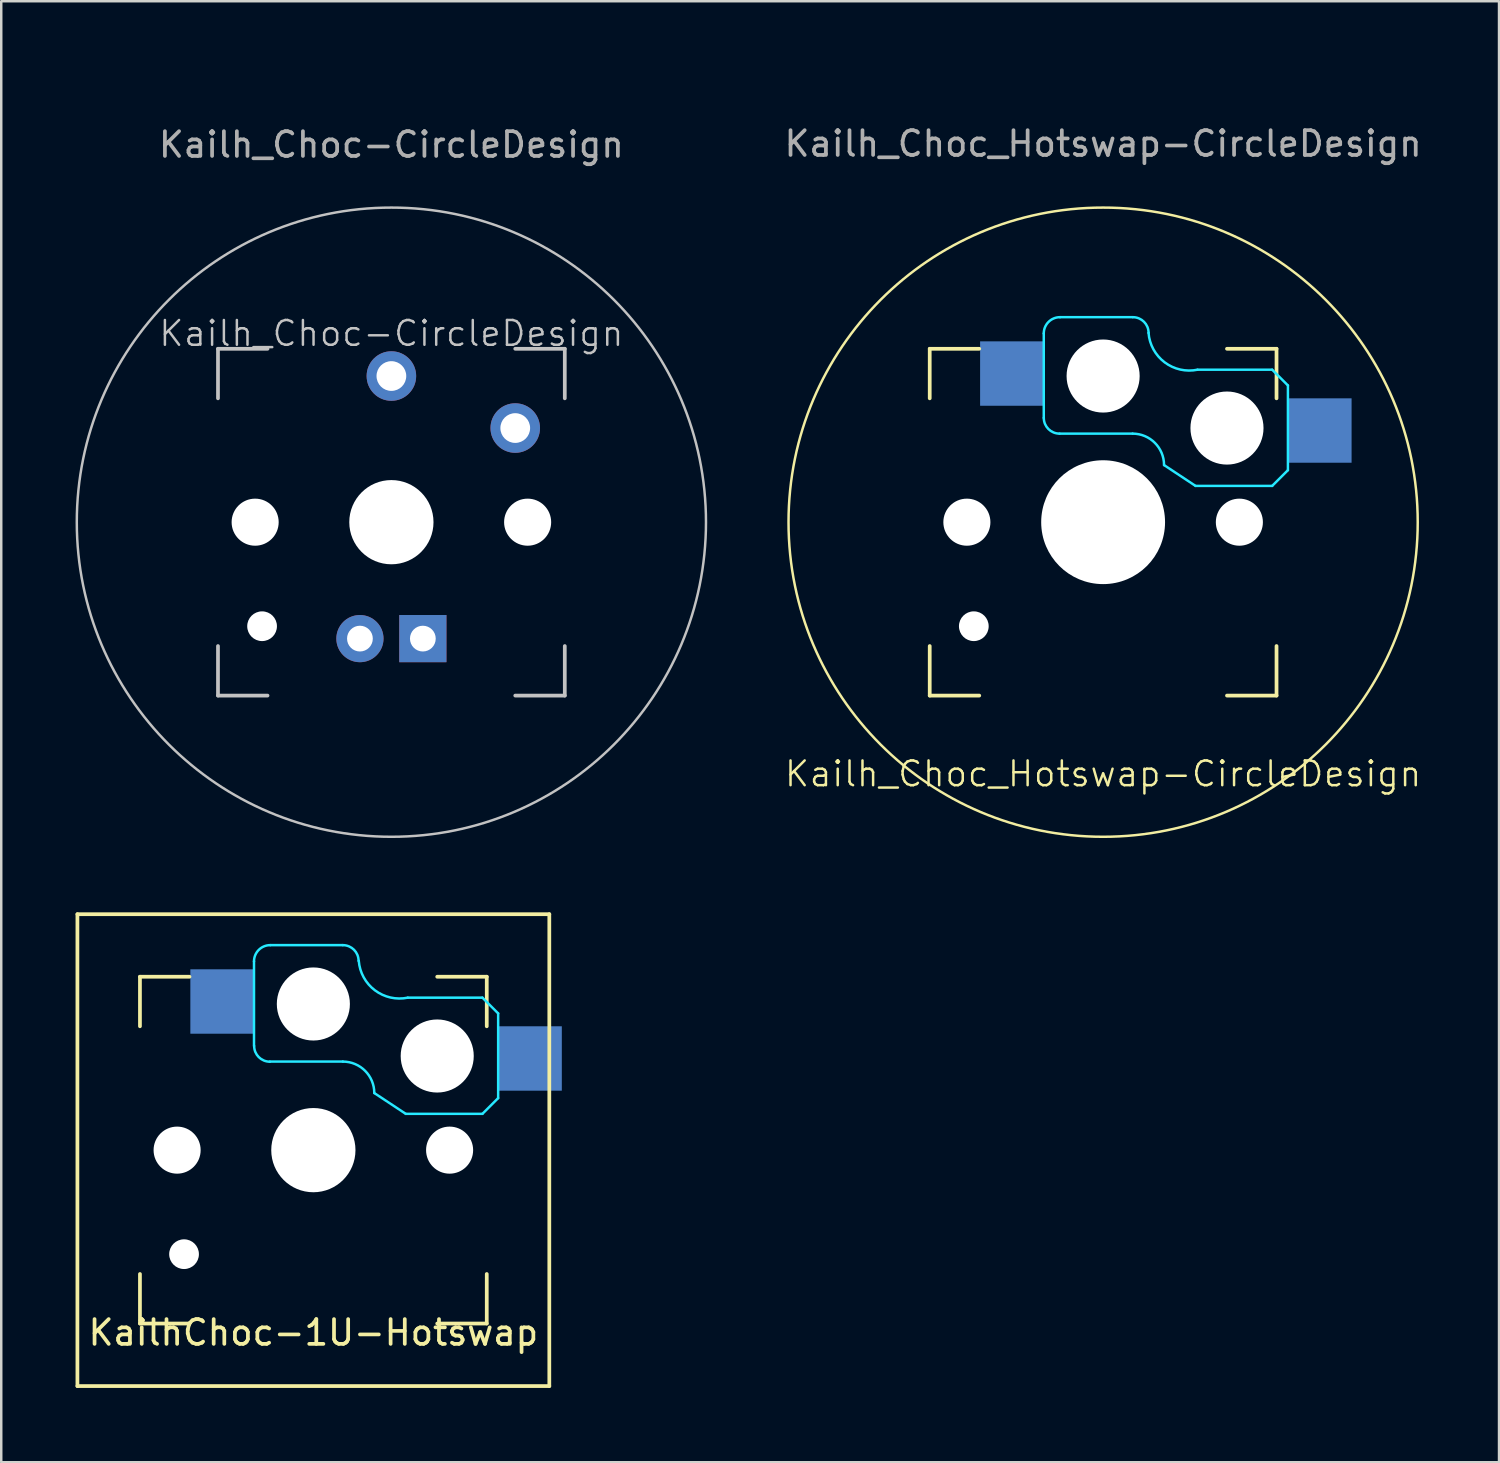
<source format=kicad_pcb>
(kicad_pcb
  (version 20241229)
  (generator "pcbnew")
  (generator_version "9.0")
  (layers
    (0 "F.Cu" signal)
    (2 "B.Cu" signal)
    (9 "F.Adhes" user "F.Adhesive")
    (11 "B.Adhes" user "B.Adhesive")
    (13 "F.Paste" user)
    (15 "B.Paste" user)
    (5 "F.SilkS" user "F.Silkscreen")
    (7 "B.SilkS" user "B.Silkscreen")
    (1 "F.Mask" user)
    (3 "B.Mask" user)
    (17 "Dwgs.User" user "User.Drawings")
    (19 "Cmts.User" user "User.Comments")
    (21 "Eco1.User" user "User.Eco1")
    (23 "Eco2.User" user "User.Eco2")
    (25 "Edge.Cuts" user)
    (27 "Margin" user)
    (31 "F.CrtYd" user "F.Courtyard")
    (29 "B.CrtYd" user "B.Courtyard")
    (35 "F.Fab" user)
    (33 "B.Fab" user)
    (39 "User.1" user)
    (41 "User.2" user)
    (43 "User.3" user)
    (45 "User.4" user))
  (footprint "Kailh_Choc_Hotswap-CircleDesign"
    (layer "F.Cu")
    (at 41.482 0.25)
    (property "Reference" "Kailh_Choc_Hotswap-CircleDesign" (at 0 27.94 0) (unlocked yes) (layer "F.SilkS") (effects (font (size 1 1) (thickness 0.1))))
    (attr smd)
    (fp_line (start -7 10.78) (end -7 12.78) (stroke (width 0.15) (type solid)) (layer "F.SilkS"))
    (fp_line (start -7 22.78) (end -7 24.78) (stroke (width 0.15) (type solid)) (layer "F.SilkS"))
    (fp_line (start -7 24.78) (end -5 24.78) (stroke (width 0.15) (type solid)) (layer "F.SilkS"))
    (fp_line (start -5 10.78) (end -7 10.78) (stroke (width 0.15) (type solid)) (layer "F.SilkS"))
    (fp_line (start 5 10.78) (end 7 10.78) (stroke (width 0.15) (type solid)) (layer "F.SilkS"))
    (fp_line (start 5 24.78) (end 7 24.78) (stroke (width 0.15) (type solid)) (layer "F.SilkS"))
    (fp_line (start 7 10.78) (end 7 12.78) (stroke (width 0.15) (type solid)) (layer "F.SilkS"))
    (fp_line (start 7 24.78) (end 7 22.78) (stroke (width 0.15) (type solid)) (layer "F.SilkS"))
    (fp_circle (center 0 17.78) (end 12.7 17.78) (stroke (width 0.1) (type default)) (fill no) (layer "F.SilkS"))
    (fp_line (start -2.396 10.16) (end -2.396 13.57) (stroke (width 0.1) (type default)) (layer "B.CrtYd"))
    (fp_line (start -1.76 14.205) (end 1.19 14.205) (stroke (width 0.1) (type default)) (layer "B.CrtYd"))
    (fp_line (start 1.19 9.504) (end -1.74 9.504) (stroke (width 0.1) (type default)) (layer "B.CrtYd"))
    (fp_line (start 2.46 15.475) (end 3.73 16.315) (stroke (width 0.1) (type default)) (layer "B.CrtYd"))
    (fp_line (start 3.81 11.625) (end 6.825 11.625) (stroke (width 0.1) (type default)) (layer "B.CrtYd"))
    (fp_line (start 6.825 11.625) (end 7.46 12.26) (stroke (width 0.1) (type default)) (layer "B.CrtYd"))
    (fp_line (start 6.825 16.315) (end 3.73 16.315) (stroke (width 0.1) (type default)) (layer "B.CrtYd"))
    (fp_line (start 7.46 12.26) (end 7.46 15.68) (stroke (width 0.1) (type default)) (layer "B.CrtYd"))
    (fp_line (start 7.46 15.68) (end 6.825 16.315) (stroke (width 0.1) (type default)) (layer "B.CrtYd"))
    (fp_arc (start -2.396086 10.16) (mid -2.203922 9.696078) (end -1.74 9.503914) (stroke (width 0.1) (type default)) (layer "B.CrtYd"))
    (fp_arc (start -1.760003 14.205) (mid -2.209015 14.019012) (end -2.395003 13.57) (stroke (width 0.1) (type default)) (layer "B.CrtYd"))
    (fp_arc (start 1.19 14.205) (mid 2.088026 14.576974) (end 2.46 15.475) (stroke (width 0.1) (type default)) (layer "B.CrtYd"))
    (fp_arc (start 1.2 9.503914) (mid 1.649008 9.689902) (end 1.835 10.138914) (stroke (width 0.1) (type default)) (layer "B.CrtYd"))
    (fp_arc (start 3.81 11.624999) (mid 2.485744 11.328342) (end 1.833551 10.138256) (stroke (width 0.1) (type default)) (layer "B.CrtYd"))
    (fp_text user "${REFERENCE}" (at 0 2.5 0) (unlocked yes) (layer "F.Fab") (effects (font (size 1 1) (thickness 0.15))))
    (pad "" np_thru_hole circle (at -5.5 17.78 48.1) (size 1.9 1.9) (drill 1.9) (layers "*.Cu" "*.Mask"))
    (pad "" np_thru_hole circle (at -5.22 21.98) (size 1.2 1.2) (drill 1.2) (layers "*.Cu" "*.Mask"))
    (pad "" np_thru_hole circle (at 0 11.88) (size 2.95 2.95) (drill 2.95) (layers "*.Cu" "*.Mask"))
    (pad "" np_thru_hole circle (at 0 17.78) (size 5 5) (drill 5) (layers "*.Cu" "*.Mask"))
    (pad "" np_thru_hole circle (at 5 13.98 180) (size 2.95 2.95) (drill 2.95) (layers "*.Cu" "*.Mask"))
    (pad "" np_thru_hole circle (at 5.5 17.78 48.1) (size 1.9 1.9) (drill 1.9) (layers "*.Cu" "*.Mask"))
    (pad "1" smd rect (at -3.666 11.78 180) (size 2.6 2.6) (layers "B.Cu" "B.Mask" "B.Paste"))
    (pad "2" smd rect (at 8.73 14.08 180) (size 2.6 2.6) (layers "B.Cu" "B.Mask" "B.Paste")))
  (footprint "KailhChoc-1U-Hotswap"
    (layer "F.Cu")
    (at 9.6 43.38)
    (property "Reference" "KailhChoc-1U-Hotswap" (at 0 7.366 0) (unlocked yes) (layer "F.SilkS") (effects (font (size 1 1) (thickness 0.15))))
    (attr through_hole)
    (fp_line (start -9.525 -9.525) (end 9.525 -9.525) (stroke (width 0.15) (type solid)) (layer "F.SilkS"))
    (fp_line (start -9.525 9.525) (end -9.525 -9.525) (stroke (width 0.15) (type solid)) (layer "F.SilkS"))
    (fp_line (start -7 -7) (end -7 -5) (stroke (width 0.15) (type solid)) (layer "F.SilkS"))
    (fp_line (start -7 5) (end -7 7) (stroke (width 0.15) (type solid)) (layer "F.SilkS"))
    (fp_line (start -7 7) (end -5 7) (stroke (width 0.15) (type solid)) (layer "F.SilkS"))
    (fp_line (start -5 -7) (end -7 -7) (stroke (width 0.15) (type solid)) (layer "F.SilkS"))
    (fp_line (start 5 -7) (end 7 -7) (stroke (width 0.15) (type solid)) (layer "F.SilkS"))
    (fp_line (start 5 7) (end 7 7) (stroke (width 0.15) (type solid)) (layer "F.SilkS"))
    (fp_line (start 7 -7) (end 7 -5) (stroke (width 0.15) (type solid)) (layer "F.SilkS"))
    (fp_line (start 7 7) (end 7 5) (stroke (width 0.15) (type solid)) (layer "F.SilkS"))
    (fp_line (start 9.525 -9.525) (end 9.525 9.525) (stroke (width 0.15) (type solid)) (layer "F.SilkS"))
    (fp_line (start 9.525 9.525) (end -9.525 9.525) (stroke (width 0.15) (type solid)) (layer "F.SilkS"))
    (fp_line (start -2.396 -7.62) (end -2.396 -4.21) (stroke (width 0.1) (type default)) (layer "B.CrtYd"))
    (fp_line (start -1.76 -3.575) (end 1.19 -3.575) (stroke (width 0.1) (type default)) (layer "B.CrtYd"))
    (fp_line (start 1.19 -8.276) (end -1.74 -8.276) (stroke (width 0.1) (type default)) (layer "B.CrtYd"))
    (fp_line (start 2.46 -2.305) (end 3.73 -1.465) (stroke (width 0.1) (type default)) (layer "B.CrtYd"))
    (fp_line (start 3.81 -6.155) (end 6.825 -6.155) (stroke (width 0.1) (type default)) (layer "B.CrtYd"))
    (fp_line (start 6.825 -6.155) (end 7.46 -5.52) (stroke (width 0.1) (type default)) (layer "B.CrtYd"))
    (fp_line (start 6.825 -1.465) (end 3.73 -1.465) (stroke (width 0.1) (type default)) (layer "B.CrtYd"))
    (fp_line (start 7.46 -5.52) (end 7.46 -2.1) (stroke (width 0.1) (type default)) (layer "B.CrtYd"))
    (fp_line (start 7.46 -2.1) (end 6.825 -1.465) (stroke (width 0.1) (type default)) (layer "B.CrtYd"))
    (fp_arc (start -2.396086 -7.62) (mid -2.203923 -8.083922) (end -1.74 -8.276086) (stroke (width 0.1) (type default)) (layer "B.CrtYd"))
    (fp_arc (start -1.755878 -3.57) (mid -2.20427 -3.75573) (end -2.39 -4.204122) (stroke (width 0.1) (type default)) (layer "B.CrtYd"))
    (fp_arc (start 1.19 -8.276086) (mid 1.63901 -8.090096) (end 1.825 -7.641086) (stroke (width 0.1) (type default)) (layer "B.CrtYd"))
    (fp_arc (start 1.19 -3.575) (mid 2.088026 -3.203026) (end 2.46 -2.305) (stroke (width 0.1) (type default)) (layer "B.CrtYd"))
    (fp_arc (start 3.81 -6.155001) (mid 2.48574 -6.451653) (end 1.833551 -7.641744) (stroke (width 0.1) (type default)) (layer "B.CrtYd"))
    (pad "" np_thru_hole circle (at -5.5 0 48.1) (size 1.9 1.9) (drill 1.9) (layers "*.Cu" "*.Mask"))
    (pad "" np_thru_hole circle (at -5.22 4.2) (size 1.2 1.2) (drill 1.2) (layers "*.Cu" "*.Mask"))
    (pad "" np_thru_hole circle (at 0 -5.9) (size 2.95 2.95) (drill 2.95) (layers "*.Cu" "*.Mask"))
    (pad "" np_thru_hole circle (at 0 0) (size 3.4 3.4) (drill 3.4) (layers "*.Cu" "*.Mask"))
    (pad "" np_thru_hole circle (at 5 -3.8 180) (size 2.95 2.95) (drill 2.95) (layers "*.Cu" "*.Mask"))
    (pad "" np_thru_hole circle (at 5.5 0 48.1) (size 1.9 1.9) (drill 1.9) (layers "*.Cu" "*.Mask"))
    (pad "1" smd rect (at -3.666 -6 180) (size 2.6 2.6) (layers "B.Cu" "B.Mask" "B.Paste"))
    (pad "2" smd rect (at 8.73 -3.7 180) (size 2.6 2.6) (layers "B.Cu" "B.Mask" "B.Paste")))
  (footprint "Kailh_Choc-CircleDesign"
    (layer "F.Cu")
    (at 12.75 0.25)
    (property "Reference" "Kailh_Choc-CircleDesign" (at 0 10.16 0) (unlocked yes) (layer "Dwgs.User") (effects (font (size 1 1) (thickness 0.1))))
    (attr through_hole)
    (fp_line (start -7 10.78) (end -7 12.78) (stroke (width 0.15) (type solid)) (layer "Dwgs.User"))
    (fp_line (start -7 22.78) (end -7 24.78) (stroke (width 0.15) (type solid)) (layer "Dwgs.User"))
    (fp_line (start -7 24.78) (end -5 24.78) (stroke (width 0.15) (type solid)) (layer "Dwgs.User"))
    (fp_line (start -5 10.78) (end -7 10.78) (stroke (width 0.15) (type solid)) (layer "Dwgs.User"))
    (fp_line (start 5 10.78) (end 7 10.78) (stroke (width 0.15) (type solid)) (layer "Dwgs.User"))
    (fp_line (start 5 24.78) (end 7 24.78) (stroke (width 0.15) (type solid)) (layer "Dwgs.User"))
    (fp_line (start 7 10.78) (end 7 12.78) (stroke (width 0.15) (type solid)) (layer "Dwgs.User"))
    (fp_line (start 7 24.78) (end 7 22.78) (stroke (width 0.15) (type solid)) (layer "Dwgs.User"))
    (fp_circle (center 0 17.78) (end 12.7 17.78) (stroke (width 0.1) (type default)) (fill no) (layer "Dwgs.User"))
    (fp_text user "${REFERENCE}" (at 0 2.54 0) (unlocked yes) (layer "F.Fab") (effects (font (size 1 1) (thickness 0.15))))
    (pad "" np_thru_hole circle (at -5.5 17.78 48.1) (size 1.9 1.9) (drill 1.9) (layers "*.Cu" "*.Mask"))
    (pad "" np_thru_hole circle (at -5.22 21.98) (size 1.2 1.2) (drill 1.2) (layers "*.Cu" "*.Mask"))
    (pad "" np_thru_hole circle (at 0 17.78) (size 3.4 3.4) (drill 3.4) (layers "*.Cu" "*.Mask"))
    (pad "" np_thru_hole circle (at 5.5 17.78 48.1) (size 1.9 1.9) (drill 1.9) (layers "*.Cu" "*.Mask"))
    (pad "1" thru_hole circle (at 5 13.98) (size 2 2) (drill 1.2) (layers "*.Cu" "B.Mask"))
    (pad "2" thru_hole circle (at 0 11.88) (size 2 2) (drill 1.2) (layers "*.Cu" "B.Mask"))
    (pad "3" thru_hole circle (at -1.27 22.48) (size 1.905 1.905) (drill 1.04) (layers "*.Cu" "B.Mask"))
    (pad "4" thru_hole rect (at 1.27 22.48) (size 1.905 1.905) (drill 1.04) (layers "*.Cu" "B.Mask")))
  (gr_rect
    (start -3 -3)
    (end 57.464 55.98)
    (stroke (width 0.1) (type default))
    (fill no)
    (layer "Edge.Cuts")))
</source>
